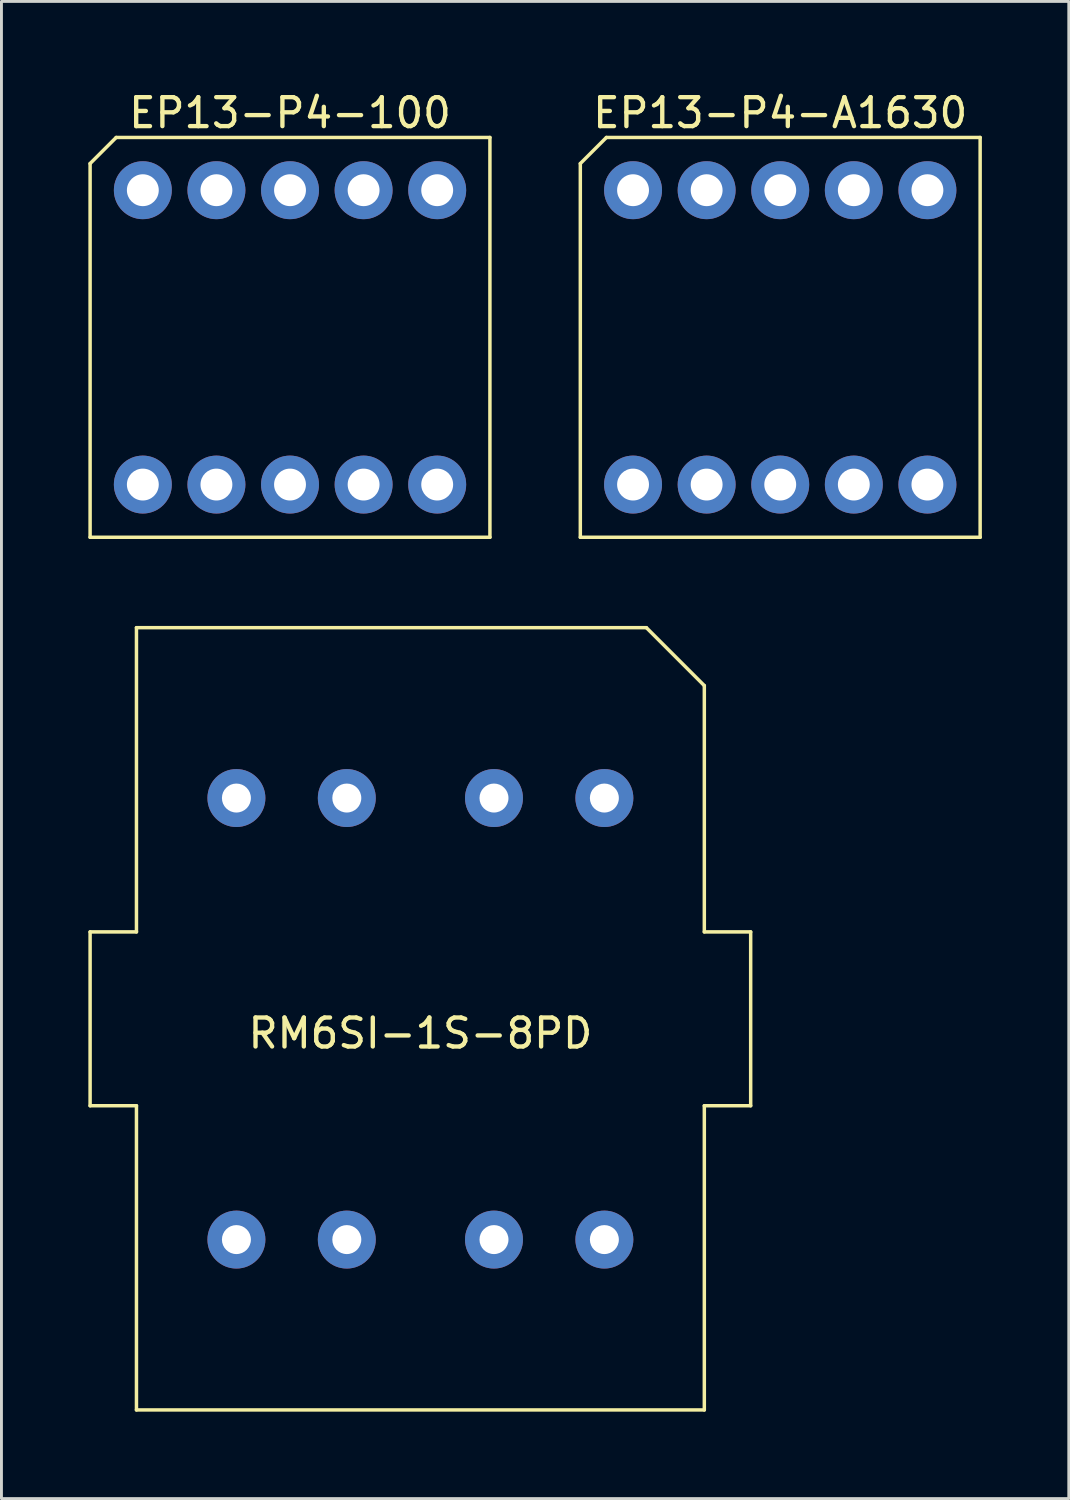
<source format=kicad_pcb>
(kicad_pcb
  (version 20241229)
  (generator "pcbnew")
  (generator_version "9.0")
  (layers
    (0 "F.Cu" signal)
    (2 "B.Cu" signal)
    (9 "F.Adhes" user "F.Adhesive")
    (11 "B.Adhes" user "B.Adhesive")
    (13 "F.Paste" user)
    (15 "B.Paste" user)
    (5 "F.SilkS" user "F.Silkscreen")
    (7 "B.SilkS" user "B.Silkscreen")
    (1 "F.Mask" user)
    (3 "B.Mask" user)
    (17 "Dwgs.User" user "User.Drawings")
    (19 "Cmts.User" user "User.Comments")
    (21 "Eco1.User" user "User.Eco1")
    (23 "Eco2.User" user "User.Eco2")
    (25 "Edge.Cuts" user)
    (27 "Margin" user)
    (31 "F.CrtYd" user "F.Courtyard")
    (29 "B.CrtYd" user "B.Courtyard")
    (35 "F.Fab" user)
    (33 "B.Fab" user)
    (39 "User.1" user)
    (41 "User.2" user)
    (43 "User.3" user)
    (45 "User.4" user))
  (footprint "EP13-P4-A1630"
    (layer "F.Cu")
    (at 23.88 8.595)
    (property "Reference" "EP13-P4-A1630" (at 0 -7.747 0) (layer "F.SilkS") (effects (font (size 1 1) (thickness 0.15))))
    (attr through_hole)
    (fp_line (start -6.9 -6) (end -6 -6.9) (stroke (width 0.12) (type solid)) (layer "F.SilkS"))
    (fp_line (start -6.9 6.9) (end -6.9 -6) (stroke (width 0.12) (type solid)) (layer "F.SilkS"))
    (fp_line (start -6 -6.9) (end 6.9 -6.9) (stroke (width 0.12) (type solid)) (layer "F.SilkS"))
    (fp_line (start 6.9 -6.9) (end 6.9 6.9) (stroke (width 0.12) (type solid)) (layer "F.SilkS"))
    (fp_line (start 6.9 6.9) (end -6.9 6.9) (stroke (width 0.12) (type solid)) (layer "F.SilkS"))
    (pad "" np_thru_hole circle (at -5.08 5.08) (size 2 2) (drill 1.1) (layers "*.Cu" "*.Mask"))
    (pad "" np_thru_hole circle (at -2.54 -5.08) (size 2 2) (drill 1.1) (layers "*.Cu" "*.Mask"))
    (pad "" np_thru_hole circle (at 0 -5.08) (size 2 2) (drill 1.1) (layers "*.Cu" "*.Mask"))
    (pad "" np_thru_hole circle (at 0 5.08) (size 2 2) (drill 1.1) (layers "*.Cu" "*.Mask"))
    (pad "" np_thru_hole circle (at 2.54 -5.08) (size 2 2) (drill 1.1) (layers "*.Cu" "*.Mask"))
    (pad "" np_thru_hole circle (at 2.54 5.08) (size 2 2) (drill 1.1) (layers "*.Cu" "*.Mask"))
    (pad "1" thru_hole circle (at -5.08 -5.08) (size 2 2) (drill 1.1) (layers "*.Cu" "*.Mask"))
    (pad "5" thru_hole circle (at 5.08 -5.08) (size 2 2) (drill 1.1) (layers "*.Cu" "*.Mask"))
    (pad "6" thru_hole circle (at 5.08 5.08) (size 2 2) (drill 1.1) (layers "*.Cu" "*.Mask"))
    (pad "9" thru_hole circle (at -2.54 5.08) (size 2 2) (drill 1.1) (layers "*.Cu" "*.Mask")))
  (footprint "RM6SI-1S-8PD"
    (layer "F.Cu")
    (at 11.46 32.115)
    (property "Reference" "RM6SI-1S-8PD" (at 0 0.5 0) (layer "F.SilkS") (effects (font (size 1 1) (thickness 0.15))))
    (attr through_hole)
    (fp_line (start -11.4 -3) (end -11.4 3) (stroke (width 0.12) (type solid)) (layer "F.SilkS"))
    (fp_line (start -11.4 -3) (end -9.8 -3) (stroke (width 0.12) (type solid)) (layer "F.SilkS"))
    (fp_line (start -11.4 3) (end -9.8 3) (stroke (width 0.12) (type solid)) (layer "F.SilkS"))
    (fp_line (start -9.8 -13.5) (end -9.8 -3) (stroke (width 0.12) (type solid)) (layer "F.SilkS"))
    (fp_line (start -9.8 3) (end -9.8 13.5) (stroke (width 0.12) (type solid)) (layer "F.SilkS"))
    (fp_line (start -9.8 13.5) (end 9.8 13.5) (stroke (width 0.12) (type solid)) (layer "F.SilkS"))
    (fp_line (start 7.8 -13.5) (end -9.8 -13.5) (stroke (width 0.12) (type solid)) (layer "F.SilkS"))
    (fp_line (start 7.8 -13.5) (end 9.8 -11.5) (stroke (width 0.12) (type solid)) (layer "F.SilkS"))
    (fp_line (start 9.8 -3) (end 9.8 -11.5) (stroke (width 0.12) (type solid)) (layer "F.SilkS"))
    (fp_line (start 9.8 3) (end 11.4 3) (stroke (width 0.12) (type solid)) (layer "F.SilkS"))
    (fp_line (start 9.8 13.5) (end 9.8 3) (stroke (width 0.12) (type solid)) (layer "F.SilkS"))
    (fp_line (start 11.4 -3) (end 9.8 -3) (stroke (width 0.12) (type solid)) (layer "F.SilkS"))
    (fp_line (start 11.4 3) (end 11.4 -3) (stroke (width 0.12) (type solid)) (layer "F.SilkS"))
    (pad "1" thru_hole circle (at 6.35 -7.62) (size 2 2) (drill 1) (layers "*.Cu" "*.Mask"))
    (pad "2" thru_hole circle (at 2.54 -7.62) (size 2 2) (drill 1) (layers "*.Cu" "*.Mask"))
    (pad "3" thru_hole circle (at -2.54 -7.62) (size 2 2) (drill 1) (layers "*.Cu" "*.Mask"))
    (pad "4" thru_hole circle (at -6.35 -7.62) (size 2 2) (drill 1) (layers "*.Cu" "*.Mask"))
    (pad "5" thru_hole circle (at -6.35 7.62) (size 2 2) (drill 1) (layers "*.Cu" "*.Mask"))
    (pad "6" thru_hole circle (at -2.54 7.62) (size 2 2) (drill 1) (layers "*.Cu" "*.Mask"))
    (pad "7" thru_hole circle (at 2.54 7.62) (size 2 2) (drill 1) (layers "*.Cu" "*.Mask"))
    (pad "8" thru_hole circle (at 6.35 7.62) (size 2 2) (drill 1) (layers "*.Cu" "*.Mask")))
  (footprint "EP13-P4-100"
    (layer "F.Cu")
    (at 6.96 8.595)
    (property "Reference" "EP13-P4-100" (at 0 -7.747 0) (layer "F.SilkS") (effects (font (size 1 1) (thickness 0.15))))
    (attr through_hole)
    (fp_line (start -6.9 -6) (end -6 -6.9) (stroke (width 0.12) (type solid)) (layer "F.SilkS"))
    (fp_line (start -6.9 6.9) (end -6.9 -6) (stroke (width 0.12) (type solid)) (layer "F.SilkS"))
    (fp_line (start -6 -6.9) (end 6.9 -6.9) (stroke (width 0.12) (type solid)) (layer "F.SilkS"))
    (fp_line (start 6.9 -6.9) (end 6.9 6.9) (stroke (width 0.12) (type solid)) (layer "F.SilkS"))
    (fp_line (start 6.9 6.9) (end -6.9 6.9) (stroke (width 0.12) (type solid)) (layer "F.SilkS"))
    (pad "" np_thru_hole circle (at -5.08 5.08) (size 2 2) (drill 1.1) (layers "*.Cu" "*.Mask"))
    (pad "" np_thru_hole circle (at 0 -5.08) (size 2 2) (drill 1.1) (layers "*.Cu" "*.Mask"))
    (pad "" np_thru_hole circle (at 0 5.08) (size 2 2) (drill 1.1) (layers "*.Cu" "*.Mask"))
    (pad "" np_thru_hole circle (at 5.08 5.08) (size 2 2) (drill 1.1) (layers "*.Cu" "*.Mask"))
    (pad "1" thru_hole circle (at -5.08 -5.08) (size 2 2) (drill 1.1) (layers "*.Cu" "*.Mask"))
    (pad "2" thru_hole circle (at -2.54 -5.08) (size 2 2) (drill 1.1) (layers "*.Cu" "*.Mask"))
    (pad "4" thru_hole circle (at 2.54 -5.08) (size 2 2) (drill 1.1) (layers "*.Cu" "*.Mask"))
    (pad "5" thru_hole circle (at 5.08 -5.08) (size 2 2) (drill 1.1) (layers "*.Cu" "*.Mask"))
    (pad "7" thru_hole circle (at 2.54 5.08) (size 2 2) (drill 1.1) (layers "*.Cu" "*.Mask"))
    (pad "9" thru_hole circle (at -2.54 5.08) (size 2 2) (drill 1.1) (layers "*.Cu" "*.Mask")))
  (gr_rect
    (start -3 -3)
    (end 33.84 48.675)
    (stroke (width 0.1) (type default))
    (fill no)
    (layer "Edge.Cuts")))
</source>
